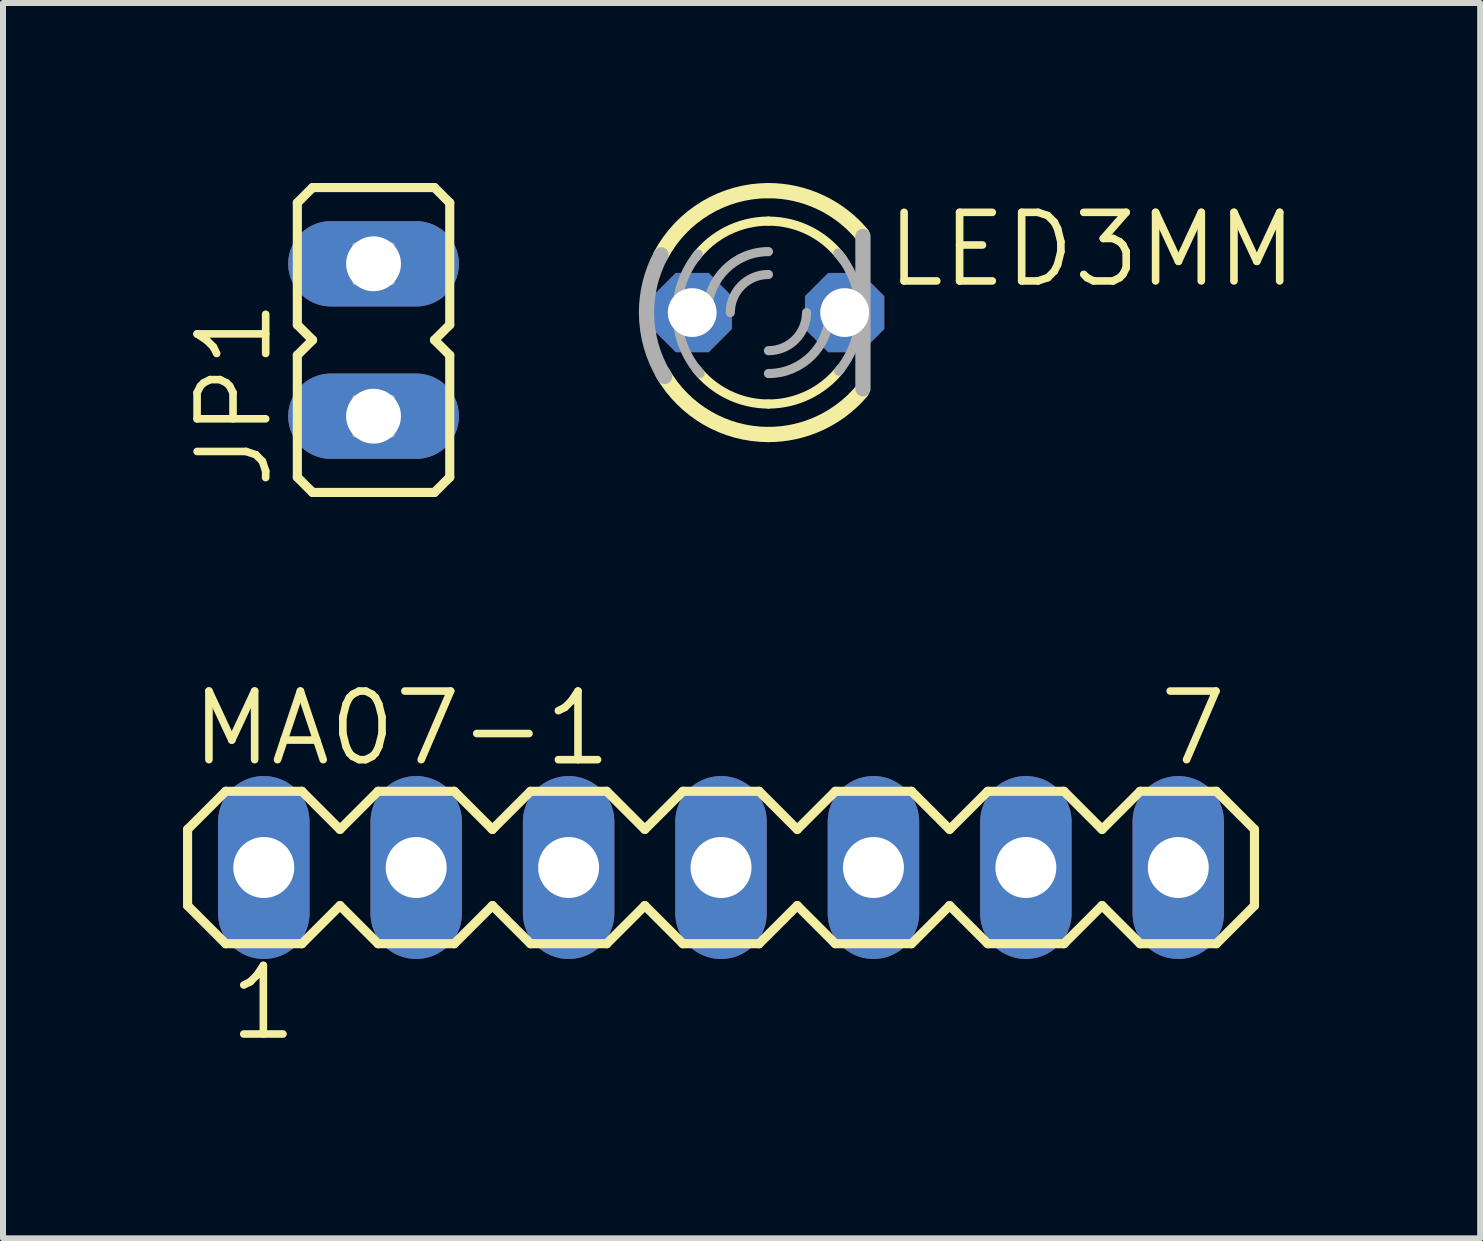
<source format=kicad_pcb>
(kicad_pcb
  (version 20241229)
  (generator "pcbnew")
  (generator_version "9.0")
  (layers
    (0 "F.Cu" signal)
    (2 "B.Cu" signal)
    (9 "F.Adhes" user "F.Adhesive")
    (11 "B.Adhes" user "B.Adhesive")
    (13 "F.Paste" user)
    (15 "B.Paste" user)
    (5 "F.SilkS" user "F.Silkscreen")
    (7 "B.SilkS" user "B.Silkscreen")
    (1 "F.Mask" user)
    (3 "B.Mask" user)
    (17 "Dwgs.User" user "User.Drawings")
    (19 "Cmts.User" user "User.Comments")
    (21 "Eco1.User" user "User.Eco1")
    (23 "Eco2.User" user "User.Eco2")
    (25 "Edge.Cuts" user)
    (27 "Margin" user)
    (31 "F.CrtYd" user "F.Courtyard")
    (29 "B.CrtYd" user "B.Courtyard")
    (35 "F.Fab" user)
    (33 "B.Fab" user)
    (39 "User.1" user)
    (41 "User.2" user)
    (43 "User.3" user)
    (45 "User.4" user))
  (footprint "JP1"
    (layer "F.Cu")
    (at 3.175 2.616)
    (property "Reference" "JP1" (at -1.651 2.54 90) (unlocked yes) (layer "F.SilkS") (effects (font (size 1.143 1.143) (thickness 0.127)) (justify left bottom)))
    (fp_line (start -1.27 -2.286) (end -1.27 -0.254) (stroke (width 0.152) (type solid)) (layer "F.SilkS"))
    (fp_line (start -1.27 -2.286) (end -1.016 -2.54) (stroke (width 0.152) (type solid)) (layer "F.SilkS"))
    (fp_line (start -1.27 0.254) (end -1.27 2.286) (stroke (width 0.152) (type solid)) (layer "F.SilkS"))
    (fp_line (start -1.016 0) (end -1.27 -0.254) (stroke (width 0.152) (type solid)) (layer "F.SilkS"))
    (fp_line (start -1.016 0) (end -1.27 0.254) (stroke (width 0.152) (type solid)) (layer "F.SilkS"))
    (fp_line (start -1.016 2.54) (end -1.27 2.286) (stroke (width 0.152) (type solid)) (layer "F.SilkS"))
    (fp_line (start -1.016 2.54) (end 1.016 2.54) (stroke (width 0.152) (type solid)) (layer "F.SilkS"))
    (fp_line (start 1.016 -2.54) (end -1.016 -2.54) (stroke (width 0.152) (type solid)) (layer "F.SilkS"))
    (fp_line (start 1.016 0) (end 1.27 -0.254) (stroke (width 0.152) (type solid)) (layer "F.SilkS"))
    (fp_line (start 1.016 0) (end 1.27 0.254) (stroke (width 0.152) (type solid)) (layer "F.SilkS"))
    (fp_line (start 1.016 2.54) (end 1.27 2.286) (stroke (width 0.152) (type solid)) (layer "F.SilkS"))
    (fp_line (start 1.27 -2.286) (end 1.016 -2.54) (stroke (width 0.152) (type solid)) (layer "F.SilkS"))
    (fp_line (start 1.27 -2.286) (end 1.27 -0.254) (stroke (width 0.152) (type solid)) (layer "F.SilkS"))
    (fp_line (start 1.27 0.254) (end 1.27 2.286) (stroke (width 0.152) (type solid)) (layer "F.SilkS"))
    (fp_poly (pts (xy -0.305 -0.965) (xy 0.305 -0.965) (xy 0.305 -1.575) (xy -0.305 -1.575)) (stroke (width 0.1) (type default)) (fill no) (layer "F.Fab"))
    (fp_poly (pts (xy -0.305 1.575) (xy 0.305 1.575) (xy 0.305 0.965) (xy -0.305 0.965)) (stroke (width 0.1) (type default)) (fill no) (layer "F.Fab"))
    (pad "1" thru_hole oval (at 0 1.27) (size 2.845 1.422) (drill 0.914) (layers "*.Cu" "*.Mask"))
    (pad "2" thru_hole oval (at 0 -1.27) (size 2.845 1.422) (drill 0.914) (layers "*.Cu" "*.Mask")))
  (footprint "LED3MM"
    (layer "F.Cu")
    (at 9.756 2.159)
    (property "Reference" "LED3MM" (at 1.905 -0.381 0) (unlocked yes) (layer "F.SilkS") (effects (font (size 1.143 1.143) (thickness 0.127)) (justify left bottom)))
    (fp_arc (start -1.7929 -0.9562) (mid -1.045438 -1.7424) (end 0 -2.032) (stroke (width 0.254) (type solid)) (layer "F.SilkS"))
    (fp_arc (start -1.2192 -0.9144) (mid -0.681554 -1.363107) (end 0 -1.524) (stroke (width 0.1524) (type solid)) (layer "F.SilkS"))
    (fp_arc (start 0 -2.032) (mid 0.861864 -1.840173) (end 1.561 -1.3009) (stroke (width 0.254) (type solid)) (layer "F.SilkS"))
    (fp_arc (start 0 -1.524) (mid 0.697339 -1.355082) (end 1.2401 -0.885801) (stroke (width 0.1524) (type solid)) (layer "F.SilkS"))
    (fp_arc (start 0 1.524) (mid -0.669593 1.369018) (end -1.203 0.9356) (stroke (width 0.1524) (type solid)) (layer "F.SilkS"))
    (fp_arc (start 0 2.032) (mid -1.019924 1.757525) (end -1.7643 1.0082) (stroke (width 0.254) (type solid)) (layer "F.SilkS"))
    (fp_arc (start 1.203 0.9356) (mid 0.669593 1.369018) (end 0 1.524) (stroke (width 0.1524) (type solid)) (layer "F.SilkS"))
    (fp_arc (start 1.5512 1.3126) (mid 0.854953 1.843405) (end 0 2.032) (stroke (width 0.254) (type solid)) (layer "F.SilkS"))
    (fp_line (start 1.575 1.27) (end 1.575 -1.27) (stroke (width 0.254) (type solid)) (layer "F.Fab"))
    (fp_arc (start -2.032 0) (mid -1.970339 -0.496775) (end -1.7891 -0.9634) (stroke (width 0.254) (type solid)) (layer "F.Fab"))
    (fp_arc (start -1.7306 1.065) (mid -1.95521 0.553417) (end -2.032 0) (stroke (width 0.254) (type solid)) (layer "F.Fab"))
    (fp_arc (start -1.524 0) (mid -1.432981 -0.518783) (end -1.1708 -0.9756) (stroke (width 0.1524) (type solid)) (layer "F.Fab"))
    (fp_arc (start -1.1391 1.0125) (mid -1.42454 0.5416) (end -1.524 0) (stroke (width 0.1524) (type solid)) (layer "F.Fab"))
    (fp_arc (start -1.016 0) (mid -0.71842 -0.71842) (end 0 -1.016) (stroke (width 0.1524) (type solid)) (layer "F.Fab"))
    (fp_arc (start -0.635 0) (mid -0.449013 -0.449013) (end 0 -0.635) (stroke (width 0.1524) (type solid)) (layer "F.Fab"))
    (fp_arc (start 0.635 0) (mid 0.449013 0.449013) (end 0 0.635) (stroke (width 0.1524) (type solid)) (layer "F.Fab"))
    (fp_arc (start 1.016 0) (mid 0.71842 0.71842) (end 0 1.016) (stroke (width 0.1524) (type solid)) (layer "F.Fab"))
    (fp_arc (start 1.1571 -0.9918) (mid 1.429332 -0.528744) (end 1.524 0) (stroke (width 0.1524) (type solid)) (layer "F.Fab"))
    (fp_arc (start 1.524 0) (mid 1.432981 0.518783) (end 1.1708 0.9756) (stroke (width 0.1524) (type solid)) (layer "F.Fab"))
    (pad "A" thru_hole roundrect (at -1.27 0) (size 1.321 1.321) (drill 0.813) (layers "*.Cu" "*.Mask") (roundrect_rratio 0.25) (chamfer_ratio 0.293) (chamfer top_left top_right bottom_left bottom_right))
    (pad "K" thru_hole roundrect (at 1.27 0) (size 1.321 1.321) (drill 0.813) (layers "*.Cu" "*.Mask") (roundrect_rratio 0.25) (chamfer_ratio 0.293) (chamfer top_left top_right bottom_left bottom_right)))
  (footprint "MA07-1"
    (layer "F.Cu")
    (at 8.966 11.407)
    (property "Reference" "MA07-1" (at -8.89 -1.651 0) (unlocked yes) (layer "F.SilkS") (effects (font (size 1.143 1.143) (thickness 0.127)) (justify left bottom)))
    (fp_line (start -8.89 -0.635) (end -8.89 0.635) (stroke (width 0.152) (type solid)) (layer "F.SilkS"))
    (fp_line (start -8.89 0.635) (end -8.255 1.27) (stroke (width 0.152) (type solid)) (layer "F.SilkS"))
    (fp_line (start -8.255 -1.27) (end -8.89 -0.635) (stroke (width 0.152) (type solid)) (layer "F.SilkS"))
    (fp_line (start -8.255 -1.27) (end -6.985 -1.27) (stroke (width 0.152) (type solid)) (layer "F.SilkS"))
    (fp_line (start -6.985 -1.27) (end -6.35 -0.635) (stroke (width 0.152) (type solid)) (layer "F.SilkS"))
    (fp_line (start -6.985 1.27) (end -8.255 1.27) (stroke (width 0.152) (type solid)) (layer "F.SilkS"))
    (fp_line (start -6.35 -0.635) (end -5.715 -1.27) (stroke (width 0.152) (type solid)) (layer "F.SilkS"))
    (fp_line (start -6.35 0.635) (end -6.985 1.27) (stroke (width 0.152) (type solid)) (layer "F.SilkS"))
    (fp_line (start -5.715 -1.27) (end -4.445 -1.27) (stroke (width 0.152) (type solid)) (layer "F.SilkS"))
    (fp_line (start -5.715 1.27) (end -6.35 0.635) (stroke (width 0.152) (type solid)) (layer "F.SilkS"))
    (fp_line (start -4.445 -1.27) (end -3.81 -0.635) (stroke (width 0.152) (type solid)) (layer "F.SilkS"))
    (fp_line (start -4.445 1.27) (end -5.715 1.27) (stroke (width 0.152) (type solid)) (layer "F.SilkS"))
    (fp_line (start -3.81 -0.635) (end -3.175 -1.27) (stroke (width 0.152) (type solid)) (layer "F.SilkS"))
    (fp_line (start -3.81 0.635) (end -4.445 1.27) (stroke (width 0.152) (type solid)) (layer "F.SilkS"))
    (fp_line (start -3.175 -1.27) (end -1.905 -1.27) (stroke (width 0.152) (type solid)) (layer "F.SilkS"))
    (fp_line (start -3.175 1.27) (end -3.81 0.635) (stroke (width 0.152) (type solid)) (layer "F.SilkS"))
    (fp_line (start -1.905 -1.27) (end -1.27 -0.635) (stroke (width 0.152) (type solid)) (layer "F.SilkS"))
    (fp_line (start -1.905 1.27) (end -3.175 1.27) (stroke (width 0.152) (type solid)) (layer "F.SilkS"))
    (fp_line (start -1.27 0.635) (end -1.905 1.27) (stroke (width 0.152) (type solid)) (layer "F.SilkS"))
    (fp_line (start -1.27 0.635) (end -0.635 1.27) (stroke (width 0.152) (type solid)) (layer "F.SilkS"))
    (fp_line (start -0.635 -1.27) (end -1.27 -0.635) (stroke (width 0.152) (type solid)) (layer "F.SilkS"))
    (fp_line (start -0.635 -1.27) (end 0.635 -1.27) (stroke (width 0.152) (type solid)) (layer "F.SilkS"))
    (fp_line (start 0.635 -1.27) (end 1.27 -0.635) (stroke (width 0.152) (type solid)) (layer "F.SilkS"))
    (fp_line (start 0.635 1.27) (end -0.635 1.27) (stroke (width 0.152) (type solid)) (layer "F.SilkS"))
    (fp_line (start 1.27 -0.635) (end 1.905 -1.27) (stroke (width 0.152) (type solid)) (layer "F.SilkS"))
    (fp_line (start 1.27 0.635) (end 0.635 1.27) (stroke (width 0.152) (type solid)) (layer "F.SilkS"))
    (fp_line (start 1.905 -1.27) (end 3.175 -1.27) (stroke (width 0.152) (type solid)) (layer "F.SilkS"))
    (fp_line (start 1.905 1.27) (end 1.27 0.635) (stroke (width 0.152) (type solid)) (layer "F.SilkS"))
    (fp_line (start 3.175 -1.27) (end 3.81 -0.635) (stroke (width 0.152) (type solid)) (layer "F.SilkS"))
    (fp_line (start 3.175 1.27) (end 1.905 1.27) (stroke (width 0.152) (type solid)) (layer "F.SilkS"))
    (fp_line (start 3.81 -0.635) (end 4.445 -1.27) (stroke (width 0.152) (type solid)) (layer "F.SilkS"))
    (fp_line (start 3.81 0.635) (end 3.175 1.27) (stroke (width 0.152) (type solid)) (layer "F.SilkS"))
    (fp_line (start 4.445 -1.27) (end 5.715 -1.27) (stroke (width 0.152) (type solid)) (layer "F.SilkS"))
    (fp_line (start 4.445 1.27) (end 3.81 0.635) (stroke (width 0.152) (type solid)) (layer "F.SilkS"))
    (fp_line (start 5.715 -1.27) (end 6.35 -0.635) (stroke (width 0.152) (type solid)) (layer "F.SilkS"))
    (fp_line (start 5.715 1.27) (end 4.445 1.27) (stroke (width 0.152) (type solid)) (layer "F.SilkS"))
    (fp_line (start 6.35 0.635) (end 5.715 1.27) (stroke (width 0.152) (type solid)) (layer "F.SilkS"))
    (fp_line (start 6.35 0.635) (end 6.985 1.27) (stroke (width 0.152) (type solid)) (layer "F.SilkS"))
    (fp_line (start 6.985 -1.27) (end 6.35 -0.635) (stroke (width 0.152) (type solid)) (layer "F.SilkS"))
    (fp_line (start 6.985 -1.27) (end 8.255 -1.27) (stroke (width 0.152) (type solid)) (layer "F.SilkS"))
    (fp_line (start 8.255 -1.27) (end 8.89 -0.635) (stroke (width 0.152) (type solid)) (layer "F.SilkS"))
    (fp_line (start 8.255 1.27) (end 6.985 1.27) (stroke (width 0.152) (type solid)) (layer "F.SilkS"))
    (fp_line (start 8.89 -0.635) (end 8.89 0.635) (stroke (width 0.152) (type solid)) (layer "F.SilkS"))
    (fp_line (start 8.89 0.635) (end 8.255 1.27) (stroke (width 0.152) (type solid)) (layer "F.SilkS"))
    (fp_poly (pts (xy -7.874 0.254) (xy -7.366 0.254) (xy -7.366 -0.254) (xy -7.874 -0.254)) (stroke (width 0.1) (type default)) (fill no) (layer "F.Fab"))
    (fp_poly (pts (xy -5.334 0.254) (xy -4.826 0.254) (xy -4.826 -0.254) (xy -5.334 -0.254)) (stroke (width 0.1) (type default)) (fill no) (layer "F.Fab"))
    (fp_poly (pts (xy -2.794 0.254) (xy -2.286 0.254) (xy -2.286 -0.254) (xy -2.794 -0.254)) (stroke (width 0.1) (type default)) (fill no) (layer "F.Fab"))
    (fp_poly (pts (xy -0.254 0.254) (xy 0.254 0.254) (xy 0.254 -0.254) (xy -0.254 -0.254)) (stroke (width 0.1) (type default)) (fill no) (layer "F.Fab"))
    (fp_poly (pts (xy 2.286 0.254) (xy 2.794 0.254) (xy 2.794 -0.254) (xy 2.286 -0.254)) (stroke (width 0.1) (type default)) (fill no) (layer "F.Fab"))
    (fp_poly (pts (xy 4.826 0.254) (xy 5.334 0.254) (xy 5.334 -0.254) (xy 4.826 -0.254)) (stroke (width 0.1) (type default)) (fill no) (layer "F.Fab"))
    (fp_poly (pts (xy 7.366 0.254) (xy 7.874 0.254) (xy 7.874 -0.254) (xy 7.366 -0.254)) (stroke (width 0.1) (type default)) (fill no) (layer "F.Fab"))
    (fp_text user "7" (at 7.239 -1.651 0) (unlocked yes) (layer "F.SilkS") (effects (font (size 1.143 1.143) (thickness 0.127)) (justify left bottom)))
    (fp_text user "1" (at -8.255 2.921 0) (unlocked yes) (layer "F.SilkS") (effects (font (size 1.143 1.143) (thickness 0.127)) (justify left bottom)))
    (pad "1" thru_hole oval (at -7.62 0 90) (size 3.048 1.524) (drill 1.016) (layers "*.Cu" "*.Mask"))
    (pad "2" thru_hole oval (at -5.08 0 90) (size 3.048 1.524) (drill 1.016) (layers "*.Cu" "*.Mask"))
    (pad "3" thru_hole oval (at -2.54 0 90) (size 3.048 1.524) (drill 1.016) (layers "*.Cu" "*.Mask"))
    (pad "4" thru_hole oval (at 0 0 90) (size 3.048 1.524) (drill 1.016) (layers "*.Cu" "*.Mask"))
    (pad "5" thru_hole oval (at 2.54 0 90) (size 3.048 1.524) (drill 1.016) (layers "*.Cu" "*.Mask"))
    (pad "6" thru_hole oval (at 5.08 0 90) (size 3.048 1.524) (drill 1.016) (layers "*.Cu" "*.Mask"))
    (pad "7" thru_hole oval (at 7.62 0 90) (size 3.048 1.524) (drill 1.016) (layers "*.Cu" "*.Mask")))
  (gr_rect
    (start -3 -3)
    (end 21.617 17.587)
    (stroke (width 0.1) (type default))
    (fill no)
    (layer "Edge.Cuts")))
</source>
